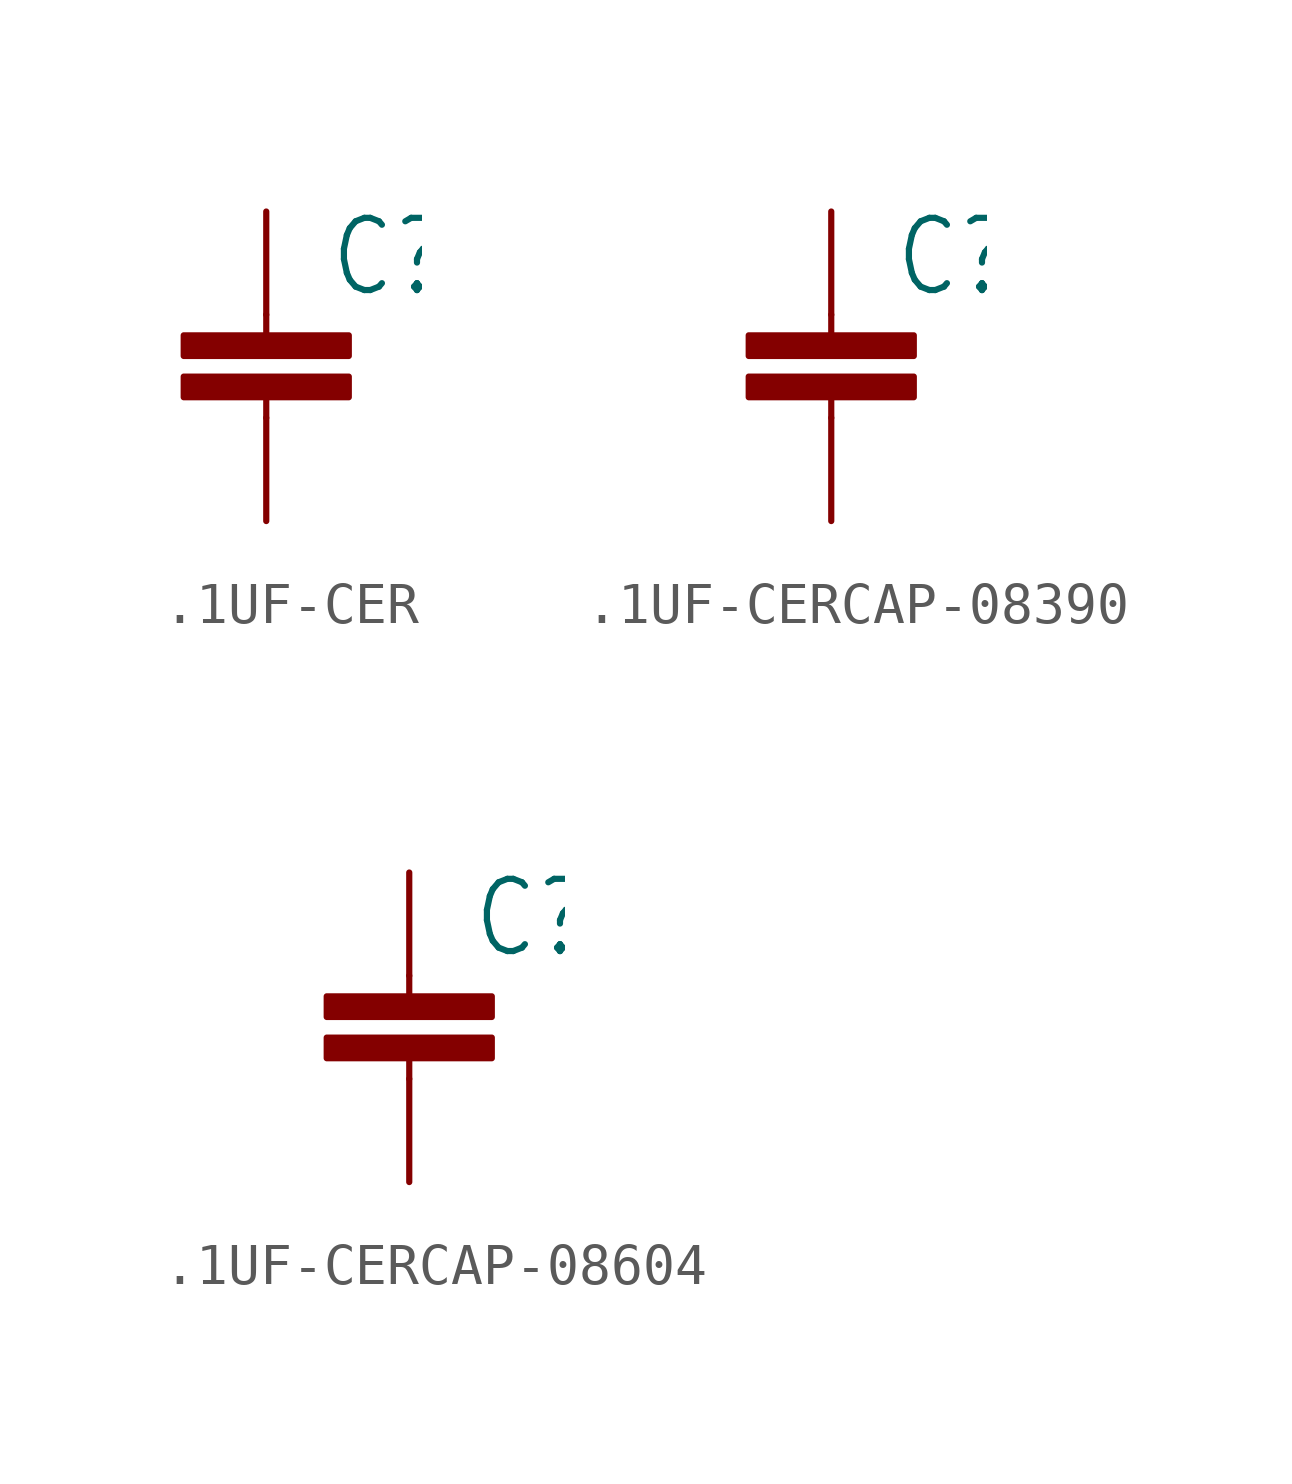
<source format=kicad_sym>
(kicad_symbol_lib
  (version 20220914)
  (generator kicad_symbol_editor)
  (symbol ".1UF-CER"
    (property "Reference" "C"
      (at 1.524 2.921 0)
      (effects (font (size 1.778 1.511)) (justify left bottom)))
    (property "Value" ""
      (at 1.524 -2.159 0)
      (effects (font (size 1.778 1.511)) (justify left bottom)))
    (property "ki_locked" ""
      (at 0 0 0)
      (effects (font (size 1.27 1.27))))
    (symbol ".1UF-CER_1_0"
      (rectangle (start -2.032 0.508) (end 2.032 1.016) (stroke (width 0) (type default)) (fill (type outline)))
      (rectangle (start -2.032 1.524) (end 2.032 2.032) (stroke (width 0) (type default)) (fill (type outline)))
      (polyline (pts (xy 0 0) (xy 0 0.508)) (stroke (width 0.152) (type solid)) (fill (type none)))
      (polyline (pts (xy 0 2.54) (xy 0 2.032)) (stroke (width 0.152) (type solid)) (fill (type none)))
      (pin passive line (at 0 5.08 270) (length 2.54) (name "1" (effects (font (size 0 0)))) (number "1" (effects (font (size 0 0)))))
      (pin passive line (at 0 -2.54 90) (length 2.54) (name "2" (effects (font (size 0 0)))) (number "2" (effects (font (size 0 0)))))))
  (symbol ".1UF-CERCAP-08390"
    (property "Reference" "C"
      (at 1.524 2.921 0)
      (effects (font (size 1.778 1.511)) (justify left bottom)))
    (property "Value" ""
      (at 1.524 -2.159 0)
      (effects (font (size 1.778 1.511)) (justify left bottom)))
    (property "ki_locked" ""
      (at 0 0 0)
      (effects (font (size 1.27 1.27))))
    (symbol ".1UF-CERCAP-08390_1_0"
      (rectangle (start -2.032 0.508) (end 2.032 1.016) (stroke (width 0) (type default)) (fill (type outline)))
      (rectangle (start -2.032 1.524) (end 2.032 2.032) (stroke (width 0) (type default)) (fill (type outline)))
      (polyline (pts (xy 0 0) (xy 0 0.508)) (stroke (width 0.152) (type solid)) (fill (type none)))
      (polyline (pts (xy 0 2.54) (xy 0 2.032)) (stroke (width 0.152) (type solid)) (fill (type none)))
      (pin passive line (at 0 5.08 270) (length 2.54) (name "1" (effects (font (size 0 0)))) (number "1" (effects (font (size 0 0)))))
      (pin passive line (at 0 -2.54 90) (length 2.54) (name "2" (effects (font (size 0 0)))) (number "2" (effects (font (size 0 0)))))))
  (symbol ".1UF-CERCAP-08604"
    (property "Reference" "C"
      (at 1.524 2.921 0)
      (effects (font (size 1.778 1.511)) (justify left bottom)))
    (property "Value" ""
      (at 1.524 -2.159 0)
      (effects (font (size 1.778 1.511)) (justify left bottom)))
    (property "ki_locked" ""
      (at 0 0 0)
      (effects (font (size 1.27 1.27))))
    (symbol ".1UF-CERCAP-08604_1_0"
      (rectangle (start -2.032 0.508) (end 2.032 1.016) (stroke (width 0) (type default)) (fill (type outline)))
      (rectangle (start -2.032 1.524) (end 2.032 2.032) (stroke (width 0) (type default)) (fill (type outline)))
      (polyline (pts (xy 0 0) (xy 0 0.508)) (stroke (width 0.152) (type solid)) (fill (type none)))
      (polyline (pts (xy 0 2.54) (xy 0 2.032)) (stroke (width 0.152) (type solid)) (fill (type none)))
      (pin passive line (at 0 5.08 270) (length 2.54) (name "1" (effects (font (size 0 0)))) (number "1" (effects (font (size 0 0)))))
      (pin passive line (at 0 -2.54 90) (length 2.54) (name "2" (effects (font (size 0 0)))) (number "2" (effects (font (size 0 0))))))))
</source>
